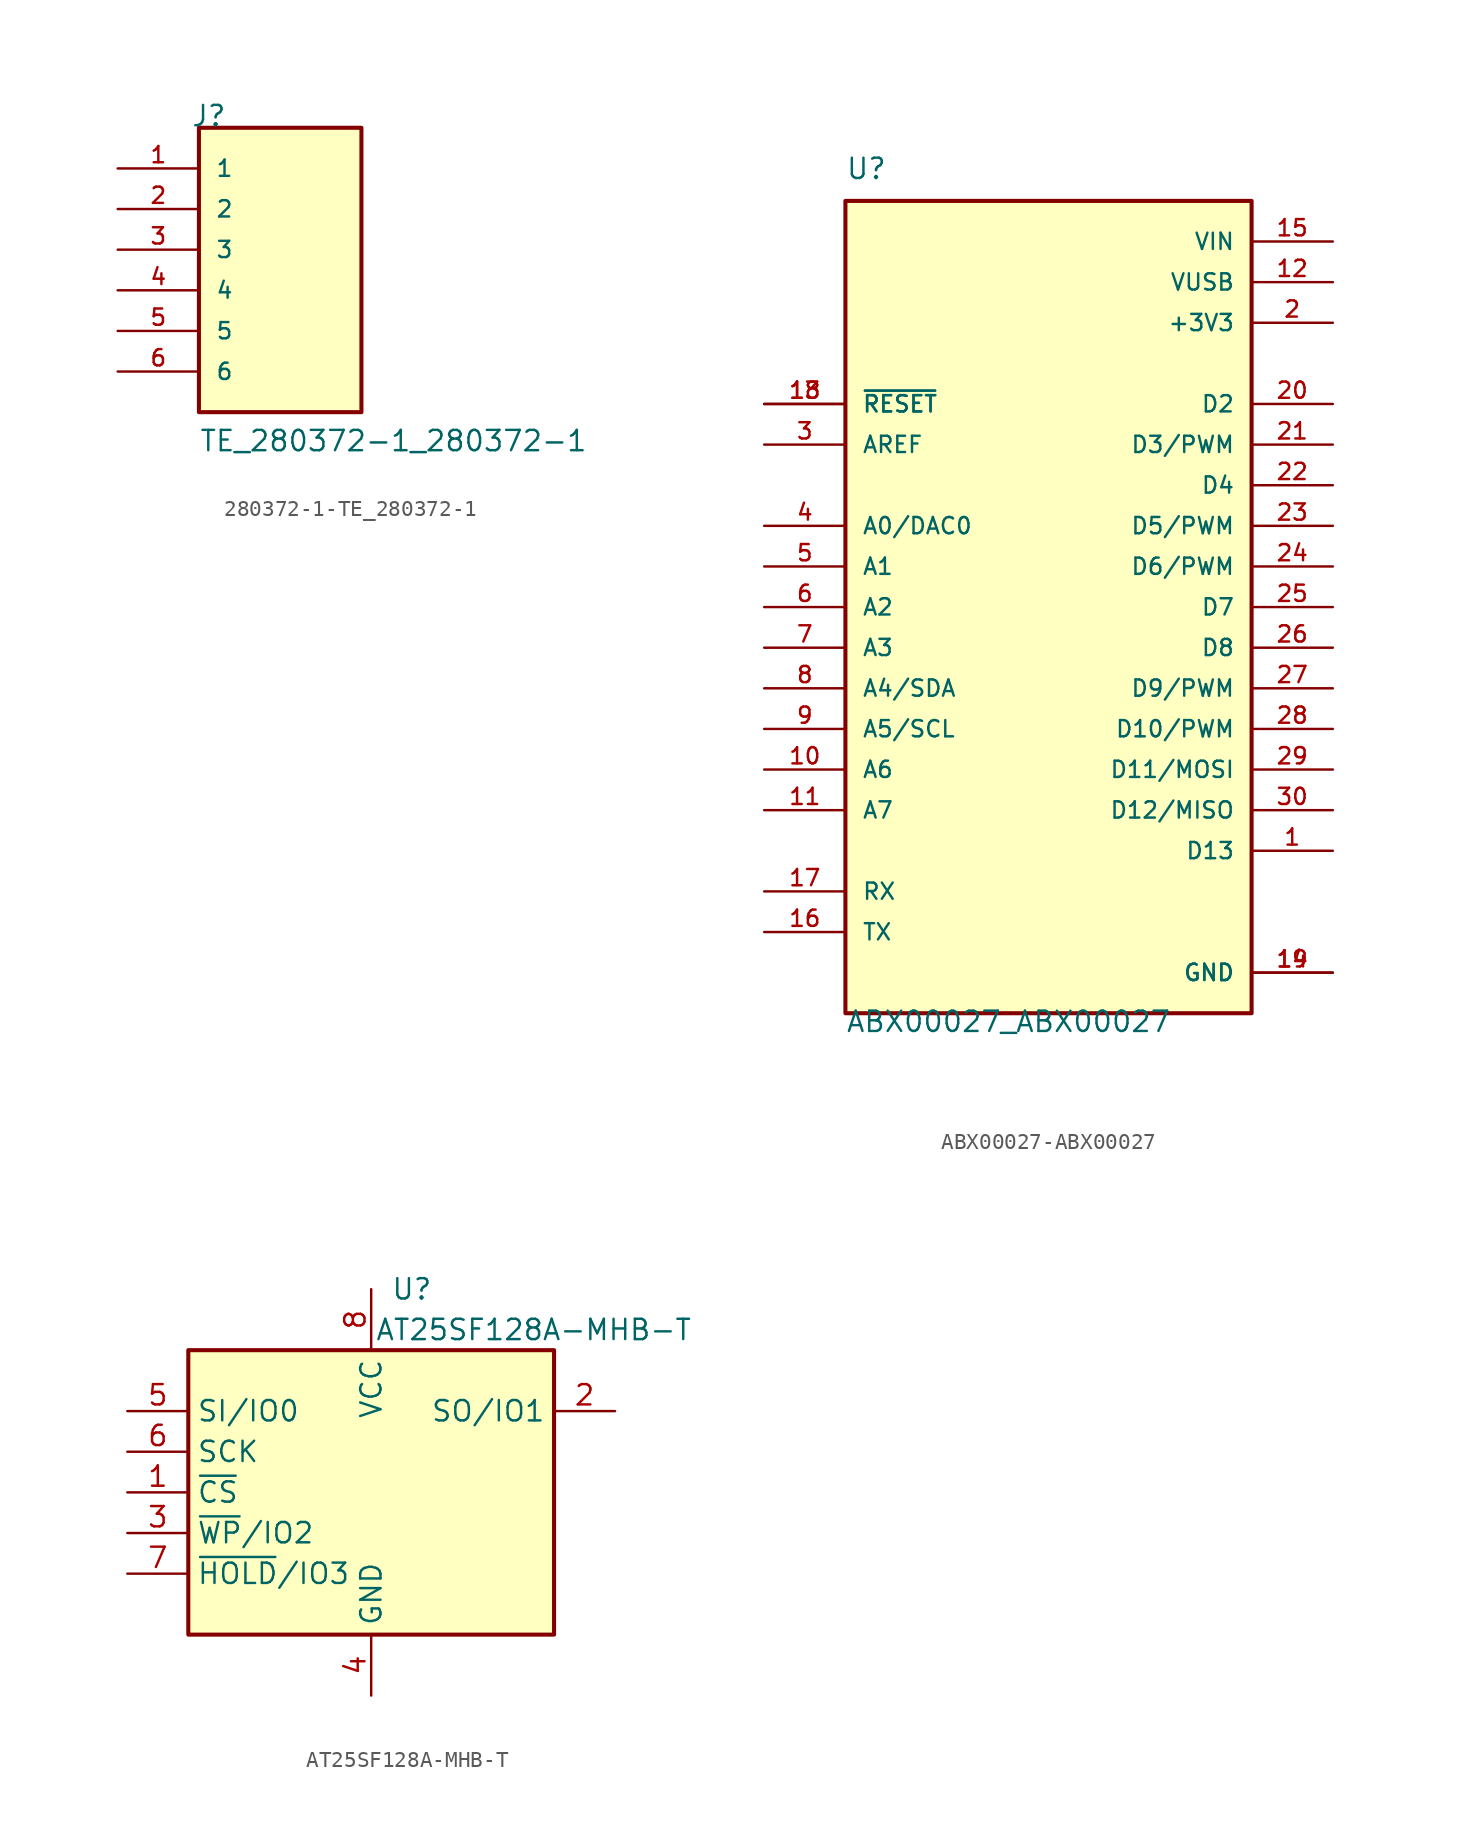
<source format=kicad_sym>
(kicad_symbol_lib
  (version 20220914)
  (generator kicad_symbol_editor)
  (symbol "280372-1-TE_280372-1"
    (pin_names
      (offset 1.016))
    (property "Reference" "J"
      (at -5.588 10.16 0)
      (effects (font (size 1.27 1.27)) (justify left bottom)))
    (property "Value" "TE_280372-1_280372-1"
      (at -5.08 -10.16 0)
      (effects (font (size 1.27 1.27)) (justify left bottom)))
    (property "ki_locked" ""
      (at 0 0 0)
      (effects (font (size 1.27 1.27))))
    (symbol "280372-1-TE_280372-1_0_0"
      (rectangle (start -5.08 -7.62) (end 5.08 10.16) (stroke (width 0.254) (type solid)) (fill (type background)))
      (pin passive line (at -10.16 7.62 0) (length 5.08) (name "1" (effects (font (size 1.016 1.016)))) (number "1" (effects (font (size 1.016 1.016)))))
      (pin passive line (at -10.16 5.08 0) (length 5.08) (name "2" (effects (font (size 1.016 1.016)))) (number "2" (effects (font (size 1.016 1.016)))))
      (pin passive line (at -10.16 2.54 0) (length 5.08) (name "3" (effects (font (size 1.016 1.016)))) (number "3" (effects (font (size 1.016 1.016)))))
      (pin passive line (at -10.16 0 0) (length 5.08) (name "4" (effects (font (size 1.016 1.016)))) (number "4" (effects (font (size 1.016 1.016)))))
      (pin passive line (at -10.16 -2.54 0) (length 5.08) (name "5" (effects (font (size 1.016 1.016)))) (number "5" (effects (font (size 1.016 1.016)))))
      (pin passive line (at -10.16 -5.08 0) (length 5.08) (name "6" (effects (font (size 1.016 1.016)))) (number "6" (effects (font (size 1.016 1.016)))))))
  (symbol "ABX00027-ABX00027"
    (pin_names
      (offset 1.016))
    (property "Reference" "U"
      (at -12.7 26.67 0)
      (effects (font (size 1.27 1.27)) (justify left bottom)))
    (property "Value" "ABX00027_ABX00027"
      (at -12.7 -26.67 0)
      (effects (font (size 1.27 1.27)) (justify left bottom)))
    (property "ki_locked" ""
      (at 0 0 0)
      (effects (font (size 1.27 1.27))))
    (symbol "ABX00027-ABX00027_0_0"
      (rectangle (start -12.7 -25.4) (end 12.7 25.4) (stroke (width 0.254) (type solid)) (fill (type background)))
      (pin bidirectional line (at 17.78 -15.24 180) (length 5.08) (name "D13" (effects (font (size 1.016 1.016)))) (number "1" (effects (font (size 1.016 1.016)))))
      (pin input line (at -17.78 -10.16 0) (length 5.08) (name "A6" (effects (font (size 1.016 1.016)))) (number "10" (effects (font (size 1.016 1.016)))))
      (pin input line (at -17.78 -12.7 0) (length 5.08) (name "A7" (effects (font (size 1.016 1.016)))) (number "11" (effects (font (size 1.016 1.016)))))
      (pin power_in line (at 17.78 20.32 180) (length 5.08) (name "VUSB" (effects (font (size 1.016 1.016)))) (number "12" (effects (font (size 1.016 1.016)))))
      (pin input line (at -17.78 12.7 0) (length 5.08) (name "~{RESET}" (effects (font (size 1.016 1.016)))) (number "13" (effects (font (size 1.016 1.016)))))
      (pin power_in line (at 17.78 -22.86 180) (length 5.08) (name "GND" (effects (font (size 1.016 1.016)))) (number "14" (effects (font (size 1.016 1.016)))))
      (pin power_in line (at 17.78 22.86 180) (length 5.08) (name "VIN" (effects (font (size 1.016 1.016)))) (number "15" (effects (font (size 1.016 1.016)))))
      (pin bidirectional line (at -17.78 -20.32 0) (length 5.08) (name "TX" (effects (font (size 1.016 1.016)))) (number "16" (effects (font (size 1.016 1.016)))))
      (pin bidirectional line (at -17.78 -17.78 0) (length 5.08) (name "RX" (effects (font (size 1.016 1.016)))) (number "17" (effects (font (size 1.016 1.016)))))
      (pin input line (at -17.78 12.7 0) (length 5.08) (name "~{RESET}" (effects (font (size 1.016 1.016)))) (number "18" (effects (font (size 1.016 1.016)))))
      (pin power_in line (at 17.78 -22.86 180) (length 5.08) (name "GND" (effects (font (size 1.016 1.016)))) (number "19" (effects (font (size 1.016 1.016)))))
      (pin power_in line (at 17.78 17.78 180) (length 5.08) (name "+3V3" (effects (font (size 1.016 1.016)))) (number "2" (effects (font (size 1.016 1.016)))))
      (pin bidirectional line (at 17.78 12.7 180) (length 5.08) (name "D2" (effects (font (size 1.016 1.016)))) (number "20" (effects (font (size 1.016 1.016)))))
      (pin bidirectional line (at 17.78 10.16 180) (length 5.08) (name "D3/PWM" (effects (font (size 1.016 1.016)))) (number "21" (effects (font (size 1.016 1.016)))))
      (pin bidirectional line (at 17.78 7.62 180) (length 5.08) (name "D4" (effects (font (size 1.016 1.016)))) (number "22" (effects (font (size 1.016 1.016)))))
      (pin bidirectional line (at 17.78 5.08 180) (length 5.08) (name "D5/PWM" (effects (font (size 1.016 1.016)))) (number "23" (effects (font (size 1.016 1.016)))))
      (pin bidirectional line (at 17.78 2.54 180) (length 5.08) (name "D6/PWM" (effects (font (size 1.016 1.016)))) (number "24" (effects (font (size 1.016 1.016)))))
      (pin bidirectional line (at 17.78 0 180) (length 5.08) (name "D7" (effects (font (size 1.016 1.016)))) (number "25" (effects (font (size 1.016 1.016)))))
      (pin bidirectional line (at 17.78 -2.54 180) (length 5.08) (name "D8" (effects (font (size 1.016 1.016)))) (number "26" (effects (font (size 1.016 1.016)))))
      (pin bidirectional line (at 17.78 -5.08 180) (length 5.08) (name "D9/PWM" (effects (font (size 1.016 1.016)))) (number "27" (effects (font (size 1.016 1.016)))))
      (pin bidirectional line (at 17.78 -7.62 180) (length 5.08) (name "D10/PWM" (effects (font (size 1.016 1.016)))) (number "28" (effects (font (size 1.016 1.016)))))
      (pin bidirectional line (at 17.78 -10.16 180) (length 5.08) (name "D11/MOSI" (effects (font (size 1.016 1.016)))) (number "29" (effects (font (size 1.016 1.016)))))
      (pin input line (at -17.78 10.16 0) (length 5.08) (name "AREF" (effects (font (size 1.016 1.016)))) (number "3" (effects (font (size 1.016 1.016)))))
      (pin bidirectional line (at 17.78 -12.7 180) (length 5.08) (name "D12/MISO" (effects (font (size 1.016 1.016)))) (number "30" (effects (font (size 1.016 1.016)))))
      (pin bidirectional line (at -17.78 5.08 0) (length 5.08) (name "A0/DAC0" (effects (font (size 1.016 1.016)))) (number "4" (effects (font (size 1.016 1.016)))))
      (pin input line (at -17.78 2.54 0) (length 5.08) (name "A1" (effects (font (size 1.016 1.016)))) (number "5" (effects (font (size 1.016 1.016)))))
      (pin input line (at -17.78 0 0) (length 5.08) (name "A2" (effects (font (size 1.016 1.016)))) (number "6" (effects (font (size 1.016 1.016)))))
      (pin input line (at -17.78 -2.54 0) (length 5.08) (name "A3" (effects (font (size 1.016 1.016)))) (number "7" (effects (font (size 1.016 1.016)))))
      (pin input line (at -17.78 -5.08 0) (length 5.08) (name "A4/SDA" (effects (font (size 1.016 1.016)))) (number "8" (effects (font (size 1.016 1.016)))))
      (pin input line (at -17.78 -7.62 0) (length 5.08) (name "A5/SCL" (effects (font (size 1.016 1.016)))) (number "9" (effects (font (size 1.016 1.016)))))))
  (symbol "AT25SF128A-MHB-T"
    (property "Reference" "U"
      (at 2.54 12.7 0)
      (effects (font (size 1.27 1.27))))
    (property "Value" "AT25SF128A-MHB-T"
      (at 10.16 10.16 0)
      (effects (font (size 1.27 1.27))))
    (symbol "AT25SF128A-MHB-T_1_1"
      (rectangle (start -11.43 8.89) (end 11.43 -8.89) (stroke (width 0.254) (type solid)) (fill (type background)))
      (pin input line (at -15.24 0 0) (length 3.81) (name "~{CS}" (effects (font (size 1.27 1.27)))) (number "1" (effects (font (size 1.27 1.27)))))
      (pin bidirectional line (at 15.24 5.08 180) (length 3.81) (name "SO/IO1" (effects (font (size 1.27 1.27)))) (number "2" (effects (font (size 1.27 1.27)))))
      (pin bidirectional line (at -15.24 -2.54 0) (length 3.81) (name "~{WP}/IO2" (effects (font (size 1.27 1.27)))) (number "3" (effects (font (size 1.27 1.27)))))
      (pin power_in line (at 0 -12.7 90) (length 3.81) (name "GND" (effects (font (size 1.27 1.27)))) (number "4" (effects (font (size 1.27 1.27)))))
      (pin bidirectional line (at -15.24 5.08 0) (length 3.81) (name "SI/IO0" (effects (font (size 1.27 1.27)))) (number "5" (effects (font (size 1.27 1.27)))))
      (pin input line (at -15.24 2.54 0) (length 3.81) (name "SCK" (effects (font (size 1.27 1.27)))) (number "6" (effects (font (size 1.27 1.27)))))
      (pin bidirectional line (at -15.24 -5.08 0) (length 3.81) (name "~{HOLD}/IO3" (effects (font (size 1.27 1.27)))) (number "7" (effects (font (size 1.27 1.27)))))
      (pin power_in line (at 0 12.7 270) (length 3.81) (name "VCC" (effects (font (size 1.27 1.27)))) (number "8" (effects (font (size 1.27 1.27))))))))
</source>
